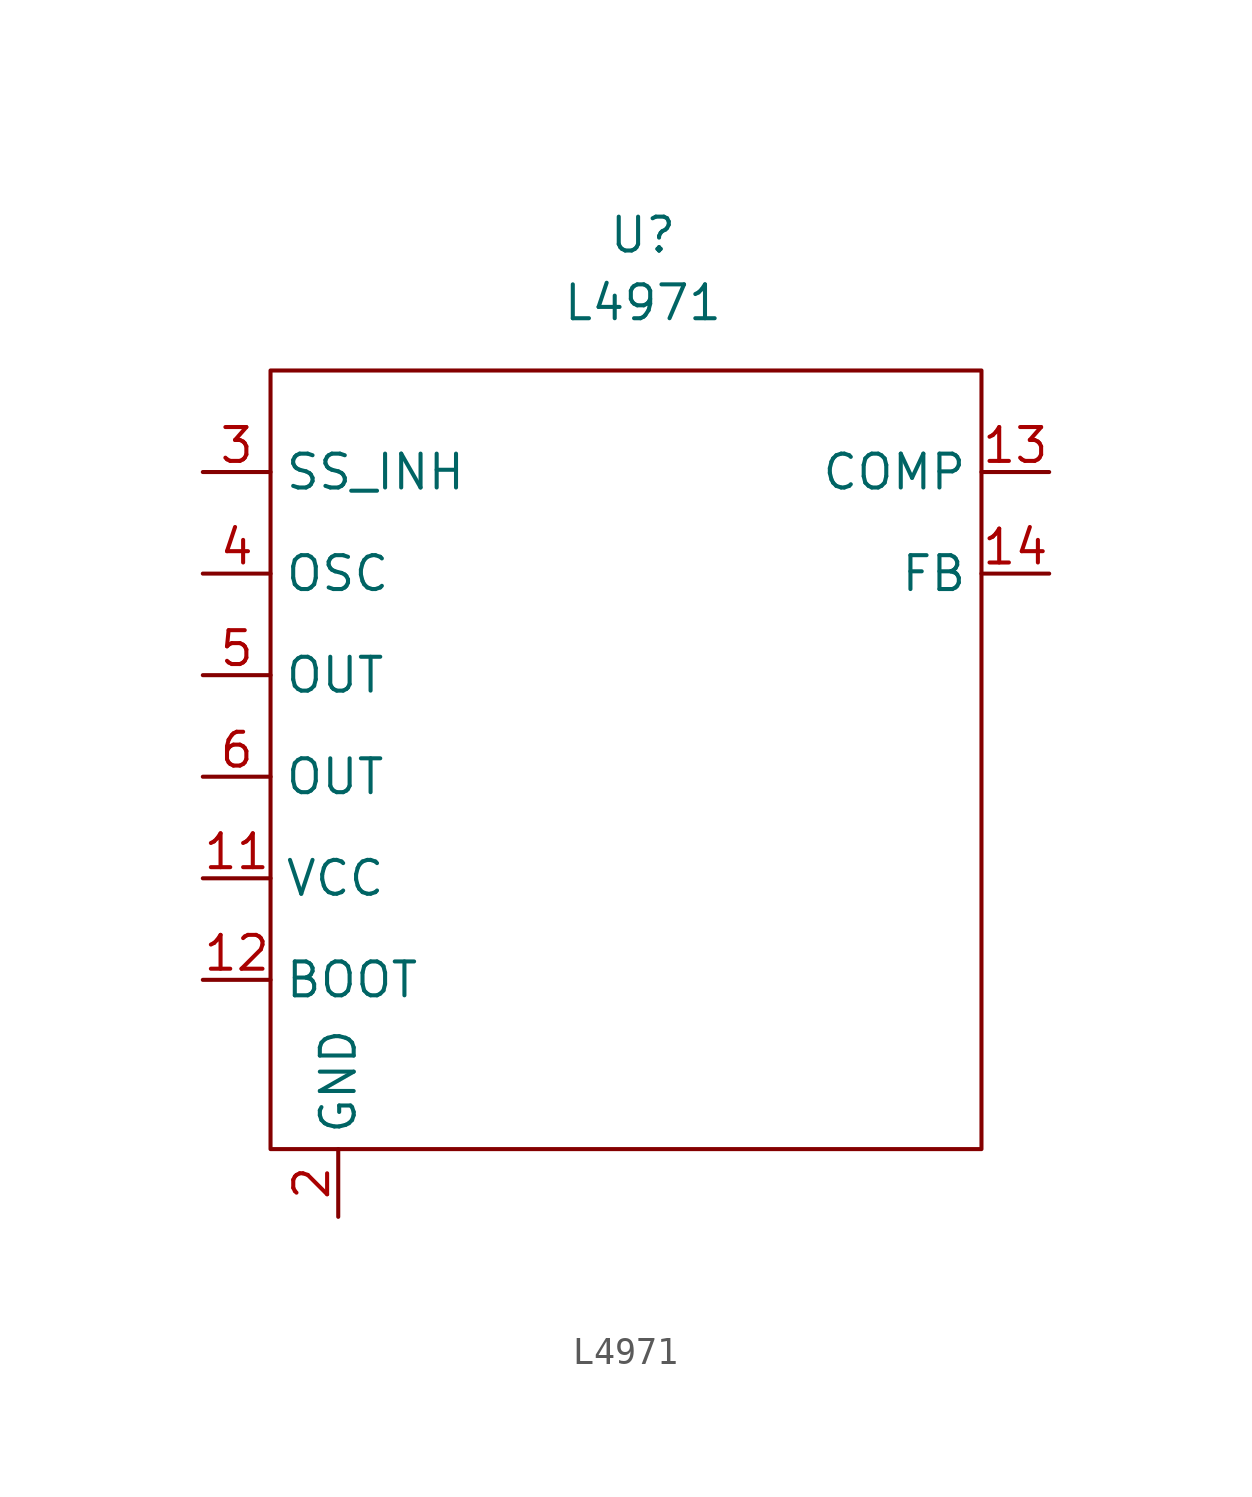
<source format=kicad_sym>
(kicad_symbol_lib
  (version 20211014)
  (generator kicad_symbol_editor)
  (symbol "L4971"
    (property "Reference" "U"
      (at 0 20.32 0)
      (effects (font (size 1.27 1.27))))
    (property "Value" "L4971"
      (at 0 17.78 0)
      (effects (font (size 1.27 1.27))))
    (symbol "L4971_0_1"
      (rectangle (start -13.97 15.24) (end 12.7 -13.97) (stroke (width 0.152) (type default) (color 0 0 0 0)) (fill (type none))))
    (symbol "L4971_1_1"
      (pin power_in line (at -16.51 -3.81 0) (length 2.54) (name "VCC" (effects (font (size 1.27 1.27)))) (number "11" (effects (font (size 1.27 1.27)))))
      (pin unspecified line (at -16.51 -7.62 0) (length 2.54) (name "BOOT" (effects (font (size 1.27 1.27)))) (number "12" (effects (font (size 1.27 1.27)))))
      (pin output line (at 15.24 11.43 180) (length 2.54) (name "COMP" (effects (font (size 1.27 1.27)))) (number "13" (effects (font (size 1.27 1.27)))))
      (pin power_in line (at 15.24 7.62 180) (length 2.54) (name "FB" (effects (font (size 1.27 1.27)))) (number "14" (effects (font (size 1.27 1.27)))))
      (pin power_out line (at -11.43 -16.51 90) (length 2.54) (name "GND" (effects (font (size 1.27 1.27)))) (number "2" (effects (font (size 1.27 1.27)))))
      (pin input line (at -16.51 11.43 0) (length 2.54) (name "SS_INH" (effects (font (size 1.27 1.27)))) (number "3" (effects (font (size 1.27 1.27)))))
      (pin bidirectional line (at -16.51 7.62 0) (length 2.54) (name "OSC" (effects (font (size 1.27 1.27)))) (number "4" (effects (font (size 1.27 1.27)))))
      (pin power_out line (at -16.51 3.81 0) (length 2.54) (name "OUT" (effects (font (size 1.27 1.27)))) (number "5" (effects (font (size 1.27 1.27)))))
      (pin power_out line (at -16.51 0 0) (length 2.54) (name "OUT" (effects (font (size 1.27 1.27)))) (number "6" (effects (font (size 1.27 1.27))))))))
</source>
